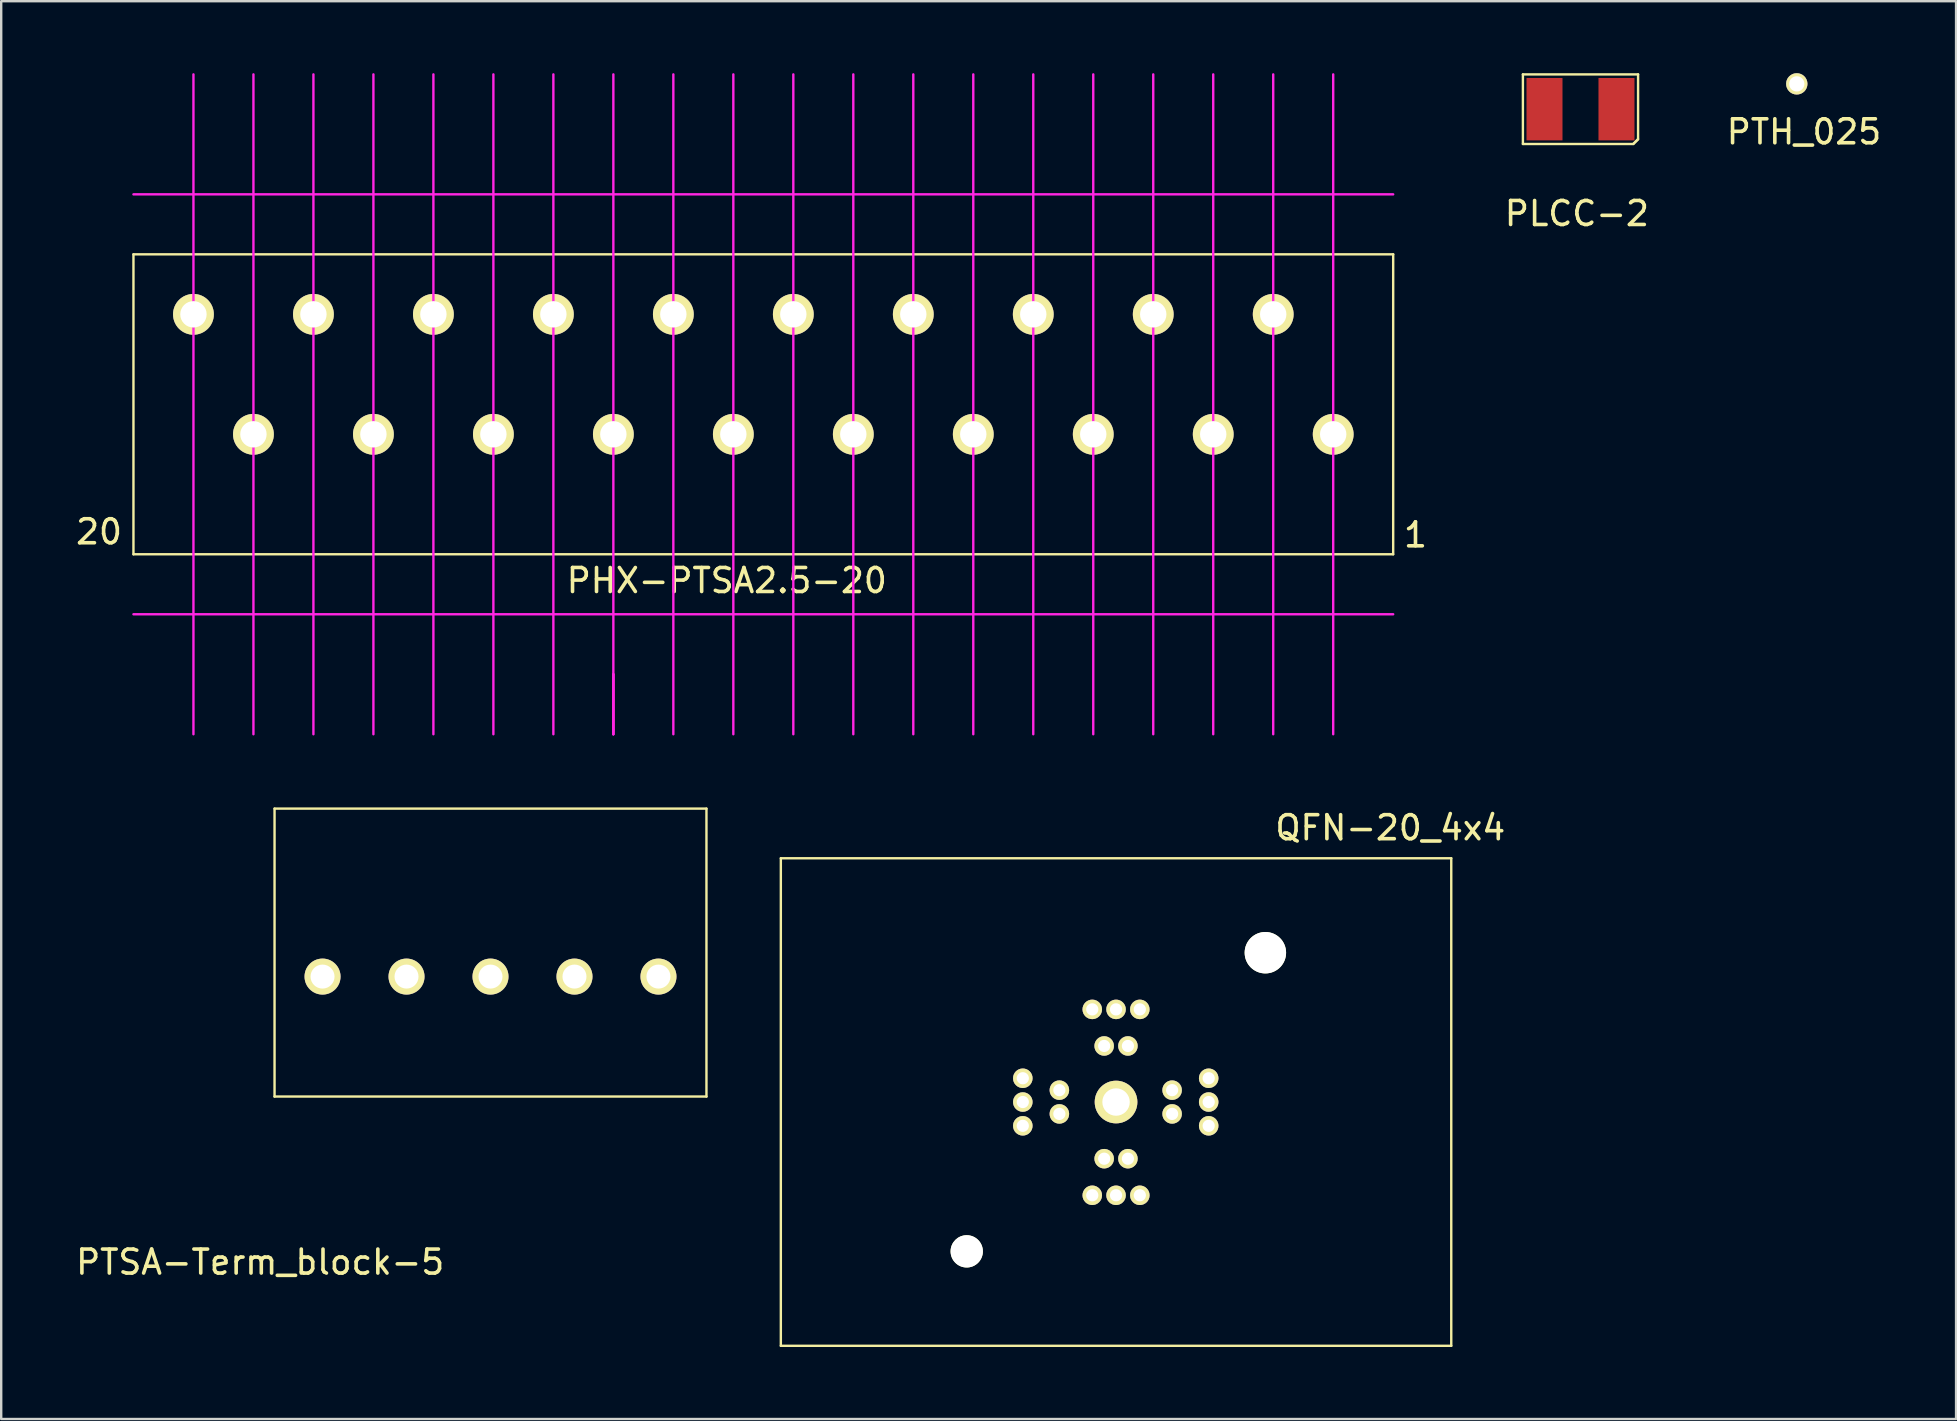
<source format=kicad_pcb>
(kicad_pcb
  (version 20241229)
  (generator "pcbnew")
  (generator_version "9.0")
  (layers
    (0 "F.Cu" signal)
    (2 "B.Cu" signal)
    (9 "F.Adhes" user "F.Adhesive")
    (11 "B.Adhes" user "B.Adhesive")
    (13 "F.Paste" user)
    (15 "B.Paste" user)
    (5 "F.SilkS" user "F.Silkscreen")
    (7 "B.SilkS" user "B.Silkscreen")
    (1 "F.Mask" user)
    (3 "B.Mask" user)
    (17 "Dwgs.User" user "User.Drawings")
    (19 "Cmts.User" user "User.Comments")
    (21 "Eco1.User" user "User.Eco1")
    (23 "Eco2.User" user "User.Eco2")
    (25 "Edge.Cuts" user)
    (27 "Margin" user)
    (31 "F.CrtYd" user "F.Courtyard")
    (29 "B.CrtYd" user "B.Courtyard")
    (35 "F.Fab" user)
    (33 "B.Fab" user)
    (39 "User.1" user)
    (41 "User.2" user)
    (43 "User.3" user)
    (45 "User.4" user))
  (footprint "PTH_025"
    (layer "F.Cu")
    (at 71.832 0.445)
    (property "Reference" "PTH_025" (at 0.3 2 0) (layer "F.SilkS") (effects (font (size 1 1) (thickness 0.15))))
    (attr through_hole)
    (pad "0" thru_hole circle (at 0 0) (size 0.889 0.889) (drill 0.635) (layers "*.Cu" "*.Mask" "F.SilkS")))
  (footprint "PHX-PTSA2.5-20"
    (layer "F.Cu")
    (at 52.512 15.05)
    (property "Reference" "PHX-PTSA2.5-20" (at -25.273 6.096 0) (layer "F.SilkS") (effects (font (size 1 1) (thickness 0.15))))
    (attr through_hole)
    (fp_line (start -50 -7.5) (end 2.5 -7.5) (stroke (width 0.1) (type solid)) (layer "F.SilkS"))
    (fp_line (start -50 5) (end -50 -7.5) (stroke (width 0.1) (type solid)) (layer "F.SilkS"))
    (fp_line (start 2.5 -7.5) (end 2.5 5) (stroke (width 0.1) (type solid)) (layer "F.SilkS"))
    (fp_line (start 2.5 5) (end -50 5) (stroke (width 0.1) (type solid)) (layer "F.SilkS"))
    (fp_line (start -50 -10) (end 2.5 -10) (stroke (width 0.1) (type solid)) (layer "F.CrtYd"))
    (fp_line (start -50 7.5) (end 2.5 7.5) (stroke (width 0.1) (type solid)) (layer "F.CrtYd"))
    (fp_line (start -47.5 -5) (end -47.5 -15) (stroke (width 0.1) (type solid)) (layer "F.CrtYd"))
    (fp_line (start -47.5 -5) (end -47.5 12.5) (stroke (width 0.1) (type solid)) (layer "F.CrtYd"))
    (fp_line (start -45 0) (end -45 -15) (stroke (width 0.1) (type solid)) (layer "F.CrtYd"))
    (fp_line (start -45 0) (end -45 12.5) (stroke (width 0.1) (type solid)) (layer "F.CrtYd"))
    (fp_line (start -42.5 -5) (end -42.5 -15) (stroke (width 0.1) (type solid)) (layer "F.CrtYd"))
    (fp_line (start -42.5 -5) (end -42.5 12.5) (stroke (width 0.1) (type solid)) (layer "F.CrtYd"))
    (fp_line (start -40 0) (end -40 -15) (stroke (width 0.1) (type solid)) (layer "F.CrtYd"))
    (fp_line (start -40 0) (end -40 12.5) (stroke (width 0.1) (type solid)) (layer "F.CrtYd"))
    (fp_line (start -37.5 -5) (end -37.5 -15) (stroke (width 0.1) (type solid)) (layer "F.CrtYd"))
    (fp_line (start -37.5 -5) (end -37.5 12.5) (stroke (width 0.1) (type solid)) (layer "F.CrtYd"))
    (fp_line (start -35 0) (end -35 -15) (stroke (width 0.1) (type solid)) (layer "F.CrtYd"))
    (fp_line (start -35 0) (end -35 12.5) (stroke (width 0.1) (type solid)) (layer "F.CrtYd"))
    (fp_line (start -32.5 -5) (end -32.5 -15) (stroke (width 0.1) (type solid)) (layer "F.CrtYd"))
    (fp_line (start -32.5 -5) (end -32.5 12.5) (stroke (width 0.1) (type solid)) (layer "F.CrtYd"))
    (fp_line (start -30 0) (end -30 -15) (stroke (width 0.1) (type solid)) (layer "F.CrtYd"))
    (fp_line (start -30 0) (end -30 12.5) (stroke (width 0.1) (type solid)) (layer "F.CrtYd"))
    (fp_line (start -30 10) (end -30 12.5) (stroke (width 0.1) (type solid)) (layer "F.CrtYd"))
    (fp_line (start -30 12.5) (end -30 10) (stroke (width 0.1) (type solid)) (layer "F.CrtYd"))
    (fp_line (start -27.5 -5) (end -27.5 -15) (stroke (width 0.1) (type solid)) (layer "F.CrtYd"))
    (fp_line (start -27.5 -5) (end -27.5 12.5) (stroke (width 0.1) (type solid)) (layer "F.CrtYd"))
    (fp_line (start -25 0) (end -25 -15) (stroke (width 0.1) (type solid)) (layer "F.CrtYd"))
    (fp_line (start -25 0) (end -25 12.5) (stroke (width 0.1) (type solid)) (layer "F.CrtYd"))
    (fp_line (start -22.5 -5) (end -22.5 -15) (stroke (width 0.1) (type solid)) (layer "F.CrtYd"))
    (fp_line (start -22.5 -5) (end -22.5 12.5) (stroke (width 0.1) (type solid)) (layer "F.CrtYd"))
    (fp_line (start -20 0) (end -20 -15) (stroke (width 0.1) (type solid)) (layer "F.CrtYd"))
    (fp_line (start -20 0) (end -20 12.5) (stroke (width 0.1) (type solid)) (layer "F.CrtYd"))
    (fp_line (start -17.5 -5) (end -17.5 -15) (stroke (width 0.1) (type solid)) (layer "F.CrtYd"))
    (fp_line (start -17.5 -5) (end -17.5 12.5) (stroke (width 0.1) (type solid)) (layer "F.CrtYd"))
    (fp_line (start -15 0) (end -15 -15) (stroke (width 0.1) (type solid)) (layer "F.CrtYd"))
    (fp_line (start -15 0) (end -15 12.5) (stroke (width 0.1) (type solid)) (layer "F.CrtYd"))
    (fp_line (start -12.5 -5) (end -12.5 -15) (stroke (width 0.1) (type solid)) (layer "F.CrtYd"))
    (fp_line (start -12.5 -5) (end -12.5 12.5) (stroke (width 0.1) (type solid)) (layer "F.CrtYd"))
    (fp_line (start -10 0) (end -10 -15) (stroke (width 0.1) (type solid)) (layer "F.CrtYd"))
    (fp_line (start -10 0) (end -10 12.5) (stroke (width 0.1) (type solid)) (layer "F.CrtYd"))
    (fp_line (start -7.5 -5) (end -7.5 -15) (stroke (width 0.1) (type solid)) (layer "F.CrtYd"))
    (fp_line (start -7.5 -5) (end -7.5 12.5) (stroke (width 0.1) (type solid)) (layer "F.CrtYd"))
    (fp_line (start -5 0) (end -5 -15) (stroke (width 0.1) (type solid)) (layer "F.CrtYd"))
    (fp_line (start -5 0) (end -5 12.5) (stroke (width 0.1) (type solid)) (layer "F.CrtYd"))
    (fp_line (start -2.5 -5) (end -2.5 -15) (stroke (width 0.1) (type solid)) (layer "F.CrtYd"))
    (fp_line (start -2.5 -5) (end -2.5 12.5) (stroke (width 0.1) (type solid)) (layer "F.CrtYd"))
    (fp_line (start 0 0) (end 0 -15) (stroke (width 0.1) (type solid)) (layer "F.CrtYd"))
    (fp_line (start 0 0) (end 0 12.5) (stroke (width 0.1) (type solid)) (layer "F.CrtYd"))
    (fp_text user "1" (at 3.429 4.191 0) (layer "F.SilkS") (effects (font (size 1 1) (thickness 0.15))))
    (fp_text user "20" (at -51.435 4.064 0) (layer "F.SilkS") (effects (font (size 1 1) (thickness 0.15))))
    (pad "1" thru_hole circle (at 0 0) (size 1.7 1.7) (drill 1.1) (layers "*.Cu" "*.Mask" "F.SilkS"))
    (pad "2" thru_hole circle (at -2.5 -5) (size 1.7 1.7) (drill 1.1) (layers "*.Cu" "*.Mask" "F.SilkS"))
    (pad "3" thru_hole circle (at -5 0) (size 1.7 1.7) (drill 1.1) (layers "*.Cu" "*.Mask" "F.SilkS"))
    (pad "4" thru_hole circle (at -7.5 -5) (size 1.7 1.7) (drill 1.1) (layers "*.Cu" "*.Mask" "F.SilkS"))
    (pad "5" thru_hole circle (at -10 0) (size 1.7 1.7) (drill 1.1) (layers "*.Cu" "*.Mask" "F.SilkS"))
    (pad "6" thru_hole circle (at -12.5 -5) (size 1.7 1.7) (drill 1.1) (layers "*.Cu" "*.Mask" "F.SilkS"))
    (pad "7" thru_hole circle (at -15 0) (size 1.7 1.7) (drill 1.1) (layers "*.Cu" "*.Mask" "F.SilkS"))
    (pad "8" thru_hole circle (at -17.5 -5) (size 1.7 1.7) (drill 1.1) (layers "*.Cu" "*.Mask" "F.SilkS"))
    (pad "9" thru_hole circle (at -20 0) (size 1.7 1.7) (drill 1.1) (layers "*.Cu" "*.Mask" "F.SilkS"))
    (pad "10" thru_hole circle (at -22.5 -5) (size 1.7 1.7) (drill 1.1) (layers "*.Cu" "*.Mask" "F.SilkS"))
    (pad "11" thru_hole circle (at -25 0) (size 1.7 1.7) (drill 1.1) (layers "*.Cu" "*.Mask" "F.SilkS"))
    (pad "12" thru_hole circle (at -27.5 -5) (size 1.7 1.7) (drill 1.1) (layers "*.Cu" "*.Mask" "F.SilkS"))
    (pad "13" thru_hole circle (at -30 0) (size 1.7 1.7) (drill 1.1) (layers "*.Cu" "*.Mask" "F.SilkS"))
    (pad "14" thru_hole circle (at -32.5 -5) (size 1.7 1.7) (drill 1.1) (layers "*.Cu" "*.Mask" "F.SilkS"))
    (pad "15" thru_hole circle (at -35 0) (size 1.7 1.7) (drill 1.1) (layers "*.Cu" "*.Mask" "F.SilkS"))
    (pad "16" thru_hole circle (at -37.5 -5) (size 1.7 1.7) (drill 1.1) (layers "*.Cu" "*.Mask" "F.SilkS"))
    (pad "17" thru_hole circle (at -40 0) (size 1.7 1.7) (drill 1.1) (layers "*.Cu" "*.Mask" "F.SilkS"))
    (pad "18" thru_hole circle (at -42.5 -5) (size 1.7 1.7) (drill 1.1) (layers "*.Cu" "*.Mask" "F.SilkS"))
    (pad "19" thru_hole circle (at -45 0) (size 1.7 1.7) (drill 1.1) (layers "*.Cu" "*.Mask" "F.SilkS"))
    (pad "20" thru_hole circle (at -47.5 -5) (size 1.7 1.7) (drill 1.1) (layers "*.Cu" "*.Mask" "F.SilkS")))
  (footprint "PLCC-2"
    (layer "F.Cu")
    (at 62.818 1.5)
    (property "Reference" "PLCC-2" (at -0.15 4.35 0) (layer "F.SilkS") (effects (font (size 1 1) (thickness 0.15))))
    (attr through_hole)
    (fp_line (start -2.4 -1.45) (end 2.4 -1.45) (stroke (width 0.1) (type solid)) (layer "F.SilkS"))
    (fp_line (start -2.4 1.45) (end -2.4 -1.45) (stroke (width 0.1) (type solid)) (layer "F.SilkS"))
    (fp_line (start 2.2 1.45) (end -2.4 1.45) (stroke (width 0.1) (type solid)) (layer "F.SilkS"))
    (fp_line (start 2.225 1.425) (end 2.375 1.275) (stroke (width 0.1) (type solid)) (layer "F.SilkS"))
    (fp_line (start 2.4 -1.45) (end 2.4 1.25) (stroke (width 0.1) (type solid)) (layer "F.SilkS"))
    (fp_line (start 2.4 1.25) (end 2.2 1.45) (stroke (width 0.1) (type solid)) (layer "F.SilkS"))
    (pad "1" smd rect (at -1.5 0) (size 1.5 2.6) (layers "F.Cu" "F.Mask" "F.Paste"))
    (pad "2" smd rect (at 1.5 0) (size 1.5 2.6) (layers "F.Cu" "F.Mask" "F.Paste")))
  (footprint "PTSA-Term_block-5"
    (layer "F.Cu")
    (at 8.392 37.65)
    (property "Reference" "PTSA-Term_block-5" (at -0.6 11.9 0) (layer "F.SilkS") (effects (font (size 1 1) (thickness 0.15))))
    (attr through_hole)
    (fp_line (start 0 -7) (end 0 5) (stroke (width 0.1) (type solid)) (layer "F.SilkS"))
    (fp_line (start 0 5) (end 18 5) (stroke (width 0.1) (type solid)) (layer "F.SilkS"))
    (fp_line (start 18 -7) (end 0 -7) (stroke (width 0.1) (type solid)) (layer "F.SilkS"))
    (fp_line (start 18 5) (end 18 -7) (stroke (width 0.1) (type solid)) (layer "F.SilkS"))
    (pad "1" thru_hole circle (at 2 0) (size 1.5 1.5) (drill 1) (layers "*.Cu" "*.Mask" "F.SilkS"))
    (pad "2" thru_hole circle (at 5.5 0) (size 1.5 1.5) (drill 1) (layers "*.Cu" "*.Mask" "F.SilkS"))
    (pad "3" thru_hole circle (at 9 0) (size 1.5 1.5) (drill 1) (layers "*.Cu" "*.Mask" "F.SilkS"))
    (pad "4" thru_hole circle (at 12.5 0) (size 1.5 1.5) (drill 1) (layers "*.Cu" "*.Mask" "F.SilkS"))
    (pad "5" thru_hole circle (at 16 0) (size 1.5 1.5) (drill 1) (layers "*.Cu" "*.Mask" "F.SilkS")))
  (footprint "QFN-20_4x4"
    (layer "F.Cu")
    (at 49.685 36.655)
    (property "Reference" "QFN-20_4x4" (at 5.207 -5.207 0) (layer "F.SilkS") (effects (font (size 1 1) (thickness 0.15))))
    (attr through_hole)
    (fp_line (start -20.193 -3.937) (end 7.747 -3.937) (stroke (width 0.1) (type solid)) (layer "F.SilkS"))
    (fp_line (start -20.193 16.383) (end -20.193 -3.937) (stroke (width 0.1) (type solid)) (layer "F.SilkS"))
    (fp_line (start 7.747 -3.937) (end 7.747 16.383) (stroke (width 0.1) (type solid)) (layer "F.SilkS"))
    (fp_line (start 7.747 16.383) (end -20.193 16.383) (stroke (width 0.1) (type solid)) (layer "F.SilkS"))
    (pad "" np_thru_hole circle (at -12.446 12.446) (size 1.346 1.346) (drill 1.346) (layers "*.Cu" "*.Mask" "F.SilkS"))
    (pad "" np_thru_hole circle (at 0 0) (size 1.727 1.727) (drill 1.727) (layers "*.Cu" "*.Mask" "F.SilkS"))
    (pad "0" thru_hole circle (at -6.223 6.223) (size 1.778 1.778) (drill 1.143) (layers "*.Cu" "*.Mask" "F.SilkS"))
    (pad "1" thru_hole circle (at -5.232 2.362) (size 0.813 0.813) (drill 0.508) (layers "*.Cu" "*.Mask" "F.SilkS"))
    (pad "2" thru_hole circle (at -5.728 3.886) (size 0.813 0.813) (drill 0.508) (layers "*.Cu" "*.Mask" "F.SilkS"))
    (pad "3" thru_hole circle (at -6.223 2.362) (size 0.813 0.813) (drill 0.508) (layers "*.Cu" "*.Mask" "F.SilkS"))
    (pad "4" thru_hole circle (at -6.718 3.886) (size 0.813 0.813) (drill 0.508) (layers "*.Cu" "*.Mask" "F.SilkS"))
    (pad "5" thru_hole circle (at -7.214 2.362) (size 0.813 0.813) (drill 0.508) (layers "*.Cu" "*.Mask" "F.SilkS"))
    (pad "6" thru_hole circle (at -10.109 5.232) (size 0.813 0.813) (drill 0.508) (layers "*.Cu" "*.Mask" "F.SilkS"))
    (pad "7" thru_hole circle (at -8.585 5.728) (size 0.813 0.813) (drill 0.508) (layers "*.Cu" "*.Mask" "F.SilkS"))
    (pad "8" thru_hole circle (at -10.109 6.223) (size 0.813 0.813) (drill 0.508) (layers "*.Cu" "*.Mask" "F.SilkS"))
    (pad "9" thru_hole circle (at -8.585 6.718) (size 0.813 0.813) (drill 0.508) (layers "*.Cu" "*.Mask" "F.SilkS"))
    (pad "10" thru_hole circle (at -10.109 7.214) (size 0.813 0.813) (drill 0.508) (layers "*.Cu" "*.Mask" "F.SilkS"))
    (pad "11" thru_hole circle (at -7.214 10.109) (size 0.813 0.813) (drill 0.508) (layers "*.Cu" "*.Mask" "F.SilkS"))
    (pad "12" thru_hole circle (at -6.718 8.585) (size 0.813 0.813) (drill 0.508) (layers "*.Cu" "*.Mask" "F.SilkS"))
    (pad "13" thru_hole circle (at -6.223 10.109) (size 0.813 0.813) (drill 0.508) (layers "*.Cu" "*.Mask" "F.SilkS"))
    (pad "14" thru_hole circle (at -5.728 8.585) (size 0.813 0.813) (drill 0.508) (layers "*.Cu" "*.Mask" "F.SilkS"))
    (pad "15" thru_hole circle (at -5.232 10.109) (size 0.813 0.813) (drill 0.508) (layers "*.Cu" "*.Mask" "F.SilkS"))
    (pad "16" thru_hole circle (at -2.362 7.214) (size 0.813 0.813) (drill 0.508) (layers "*.Cu" "*.Mask" "F.SilkS"))
    (pad "17" thru_hole circle (at -3.886 6.718) (size 0.813 0.813) (drill 0.508) (layers "*.Cu" "*.Mask" "F.SilkS"))
    (pad "18" thru_hole circle (at -2.362 6.223) (size 0.813 0.813) (drill 0.508) (layers "*.Cu" "*.Mask" "F.SilkS"))
    (pad "19" thru_hole circle (at -3.886 5.728) (size 0.813 0.813) (drill 0.508) (layers "*.Cu" "*.Mask" "F.SilkS"))
    (pad "20" thru_hole circle (at -2.362 5.232) (size 0.813 0.813) (drill 0.508) (layers "*.Cu" "*.Mask" "F.SilkS")))
  (gr_rect
    (start -3 -3)
    (end 78.471 56.088)
    (stroke (width 0.1) (type default))
    (fill no)
    (layer "Edge.Cuts")))
</source>
